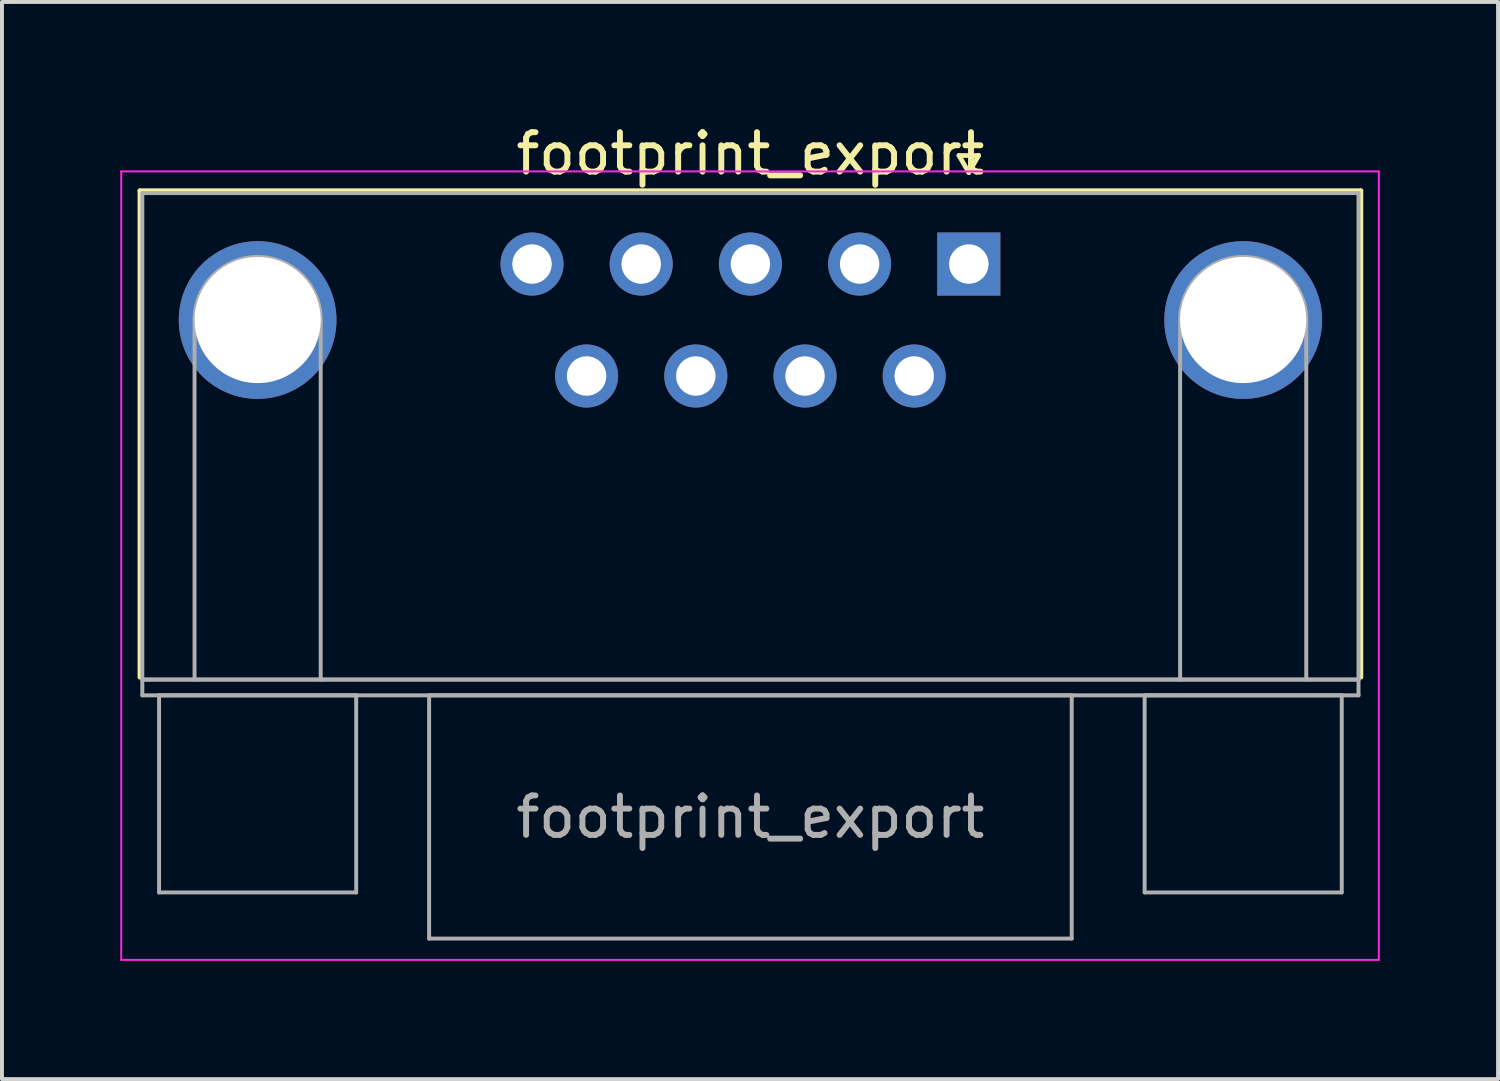
<source format=kicad_pcb>
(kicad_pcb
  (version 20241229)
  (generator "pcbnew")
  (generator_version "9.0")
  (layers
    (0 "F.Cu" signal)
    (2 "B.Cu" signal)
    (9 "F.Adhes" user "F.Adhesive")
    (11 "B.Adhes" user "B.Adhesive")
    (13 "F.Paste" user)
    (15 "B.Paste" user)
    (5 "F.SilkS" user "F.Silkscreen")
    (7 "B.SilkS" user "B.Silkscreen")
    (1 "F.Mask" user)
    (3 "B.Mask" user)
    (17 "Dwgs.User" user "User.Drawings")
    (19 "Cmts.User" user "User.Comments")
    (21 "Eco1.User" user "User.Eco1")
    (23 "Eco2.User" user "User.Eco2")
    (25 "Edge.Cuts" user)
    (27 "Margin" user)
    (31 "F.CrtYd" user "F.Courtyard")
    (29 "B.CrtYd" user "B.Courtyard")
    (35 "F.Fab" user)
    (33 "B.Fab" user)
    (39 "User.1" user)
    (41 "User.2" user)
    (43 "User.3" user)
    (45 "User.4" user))
  (footprint "footprint_export"
    (layer "F.Cu")
    (at 21.525 3.648)
    (property "Reference" "footprint_export" (at -5.54 -2.8 0) (layer "F.SilkS") (effects (font (size 1 1) (thickness 0.15))))
    (attr through_hole)
    (fp_line (start -21.025 -1.86) (end 9.945 -1.86) (stroke (width 0.12) (type solid)) (layer "F.SilkS"))
    (fp_line (start -21.025 10.48) (end -21.025 -1.86) (stroke (width 0.12) (type solid)) (layer "F.SilkS"))
    (fp_line (start -0.25 -2.754) (end 0.25 -2.754) (stroke (width 0.12) (type solid)) (layer "F.SilkS"))
    (fp_line (start 0 -2.321) (end -0.25 -2.754) (stroke (width 0.12) (type solid)) (layer "F.SilkS"))
    (fp_line (start 0.25 -2.754) (end 0 -2.321) (stroke (width 0.12) (type solid)) (layer "F.SilkS"))
    (fp_line (start 9.945 -1.86) (end 9.945 10.48) (stroke (width 0.12) (type solid)) (layer "F.SilkS"))
    (fp_line (start -21.5 -2.35) (end -21.5 17.65) (stroke (width 0.05) (type solid)) (layer "F.CrtYd"))
    (fp_line (start -21.5 17.65) (end 10.4 17.65) (stroke (width 0.05) (type solid)) (layer "F.CrtYd"))
    (fp_line (start 10.4 -2.35) (end -21.5 -2.35) (stroke (width 0.05) (type solid)) (layer "F.CrtYd"))
    (fp_line (start 10.4 17.65) (end 10.4 -2.35) (stroke (width 0.05) (type solid)) (layer "F.CrtYd"))
    (fp_line (start -20.965 -1.8) (end -20.965 10.54) (stroke (width 0.1) (type solid)) (layer "F.Fab"))
    (fp_line (start -20.965 10.54) (end -20.965 10.94) (stroke (width 0.1) (type solid)) (layer "F.Fab"))
    (fp_line (start -20.965 10.54) (end 9.885 10.54) (stroke (width 0.1) (type solid)) (layer "F.Fab"))
    (fp_line (start -20.965 10.94) (end 9.885 10.94) (stroke (width 0.1) (type solid)) (layer "F.Fab"))
    (fp_line (start -20.54 10.94) (end -20.54 15.94) (stroke (width 0.1) (type solid)) (layer "F.Fab"))
    (fp_line (start -20.54 15.94) (end -15.54 15.94) (stroke (width 0.1) (type solid)) (layer "F.Fab"))
    (fp_line (start -19.64 10.54) (end -19.64 1.42) (stroke (width 0.1) (type solid)) (layer "F.Fab"))
    (fp_line (start -16.44 10.54) (end -16.44 1.42) (stroke (width 0.1) (type solid)) (layer "F.Fab"))
    (fp_line (start -15.54 10.94) (end -20.54 10.94) (stroke (width 0.1) (type solid)) (layer "F.Fab"))
    (fp_line (start -15.54 15.94) (end -15.54 10.94) (stroke (width 0.1) (type solid)) (layer "F.Fab"))
    (fp_line (start -13.69 10.94) (end -13.69 17.11) (stroke (width 0.1) (type solid)) (layer "F.Fab"))
    (fp_line (start -13.69 17.11) (end 2.61 17.11) (stroke (width 0.1) (type solid)) (layer "F.Fab"))
    (fp_line (start 2.61 10.94) (end -13.69 10.94) (stroke (width 0.1) (type solid)) (layer "F.Fab"))
    (fp_line (start 2.61 17.11) (end 2.61 10.94) (stroke (width 0.1) (type solid)) (layer "F.Fab"))
    (fp_line (start 4.46 10.94) (end 4.46 15.94) (stroke (width 0.1) (type solid)) (layer "F.Fab"))
    (fp_line (start 4.46 15.94) (end 9.46 15.94) (stroke (width 0.1) (type solid)) (layer "F.Fab"))
    (fp_line (start 5.36 10.54) (end 5.36 1.42) (stroke (width 0.1) (type solid)) (layer "F.Fab"))
    (fp_line (start 8.56 10.54) (end 8.56 1.42) (stroke (width 0.1) (type solid)) (layer "F.Fab"))
    (fp_line (start 9.46 10.94) (end 4.46 10.94) (stroke (width 0.1) (type solid)) (layer "F.Fab"))
    (fp_line (start 9.46 15.94) (end 9.46 10.94) (stroke (width 0.1) (type solid)) (layer "F.Fab"))
    (fp_line (start 9.885 -1.8) (end -20.965 -1.8) (stroke (width 0.1) (type solid)) (layer "F.Fab"))
    (fp_line (start 9.885 10.54) (end -20.965 10.54) (stroke (width 0.1) (type solid)) (layer "F.Fab"))
    (fp_line (start 9.885 10.54) (end 9.885 -1.8) (stroke (width 0.1) (type solid)) (layer "F.Fab"))
    (fp_line (start 9.885 10.94) (end 9.885 10.54) (stroke (width 0.1) (type solid)) (layer "F.Fab"))
    (fp_arc (start -19.64 1.42) (mid -18.04 -0.18) (end -16.44 1.42) (stroke (width 0.1) (type solid)) (layer "F.Fab"))
    (fp_arc (start 5.36 1.42) (mid 6.96 -0.18) (end 8.56 1.42) (stroke (width 0.1) (type solid)) (layer "F.Fab"))
    (fp_text user "${REFERENCE}" (at -5.54 14.025 0) (layer "F.Fab") (effects (font (size 1 1) (thickness 0.15))))
    (pad "0" thru_hole circle (at -18.04 1.42) (size 4 4) (drill 3.2) (layers "*.Cu" "*.Mask"))
    (pad "0" thru_hole circle (at 6.96 1.42) (size 4 4) (drill 3.2) (layers "*.Cu" "*.Mask"))
    (pad "1" thru_hole rect (at 0 0) (size 1.6 1.6) (drill 1) (layers "*.Cu" "*.Mask"))
    (pad "2" thru_hole circle (at -2.77 0) (size 1.6 1.6) (drill 1) (layers "*.Cu" "*.Mask"))
    (pad "3" thru_hole circle (at -5.54 0) (size 1.6 1.6) (drill 1) (layers "*.Cu" "*.Mask"))
    (pad "4" thru_hole circle (at -8.31 0) (size 1.6 1.6) (drill 1) (layers "*.Cu" "*.Mask"))
    (pad "5" thru_hole circle (at -11.08 0) (size 1.6 1.6) (drill 1) (layers "*.Cu" "*.Mask"))
    (pad "6" thru_hole circle (at -1.385 2.84) (size 1.6 1.6) (drill 1) (layers "*.Cu" "*.Mask"))
    (pad "7" thru_hole circle (at -4.155 2.84) (size 1.6 1.6) (drill 1) (layers "*.Cu" "*.Mask"))
    (pad "8" thru_hole circle (at -6.925 2.84) (size 1.6 1.6) (drill 1) (layers "*.Cu" "*.Mask"))
    (pad "9" thru_hole circle (at -9.695 2.84) (size 1.6 1.6) (drill 1) (layers "*.Cu" "*.Mask")))
  (gr_rect
    (start -3 -3)
    (end 34.95 24.323)
    (stroke (width 0.1) (type default))
    (fill no)
    (layer "Edge.Cuts")))
</source>
